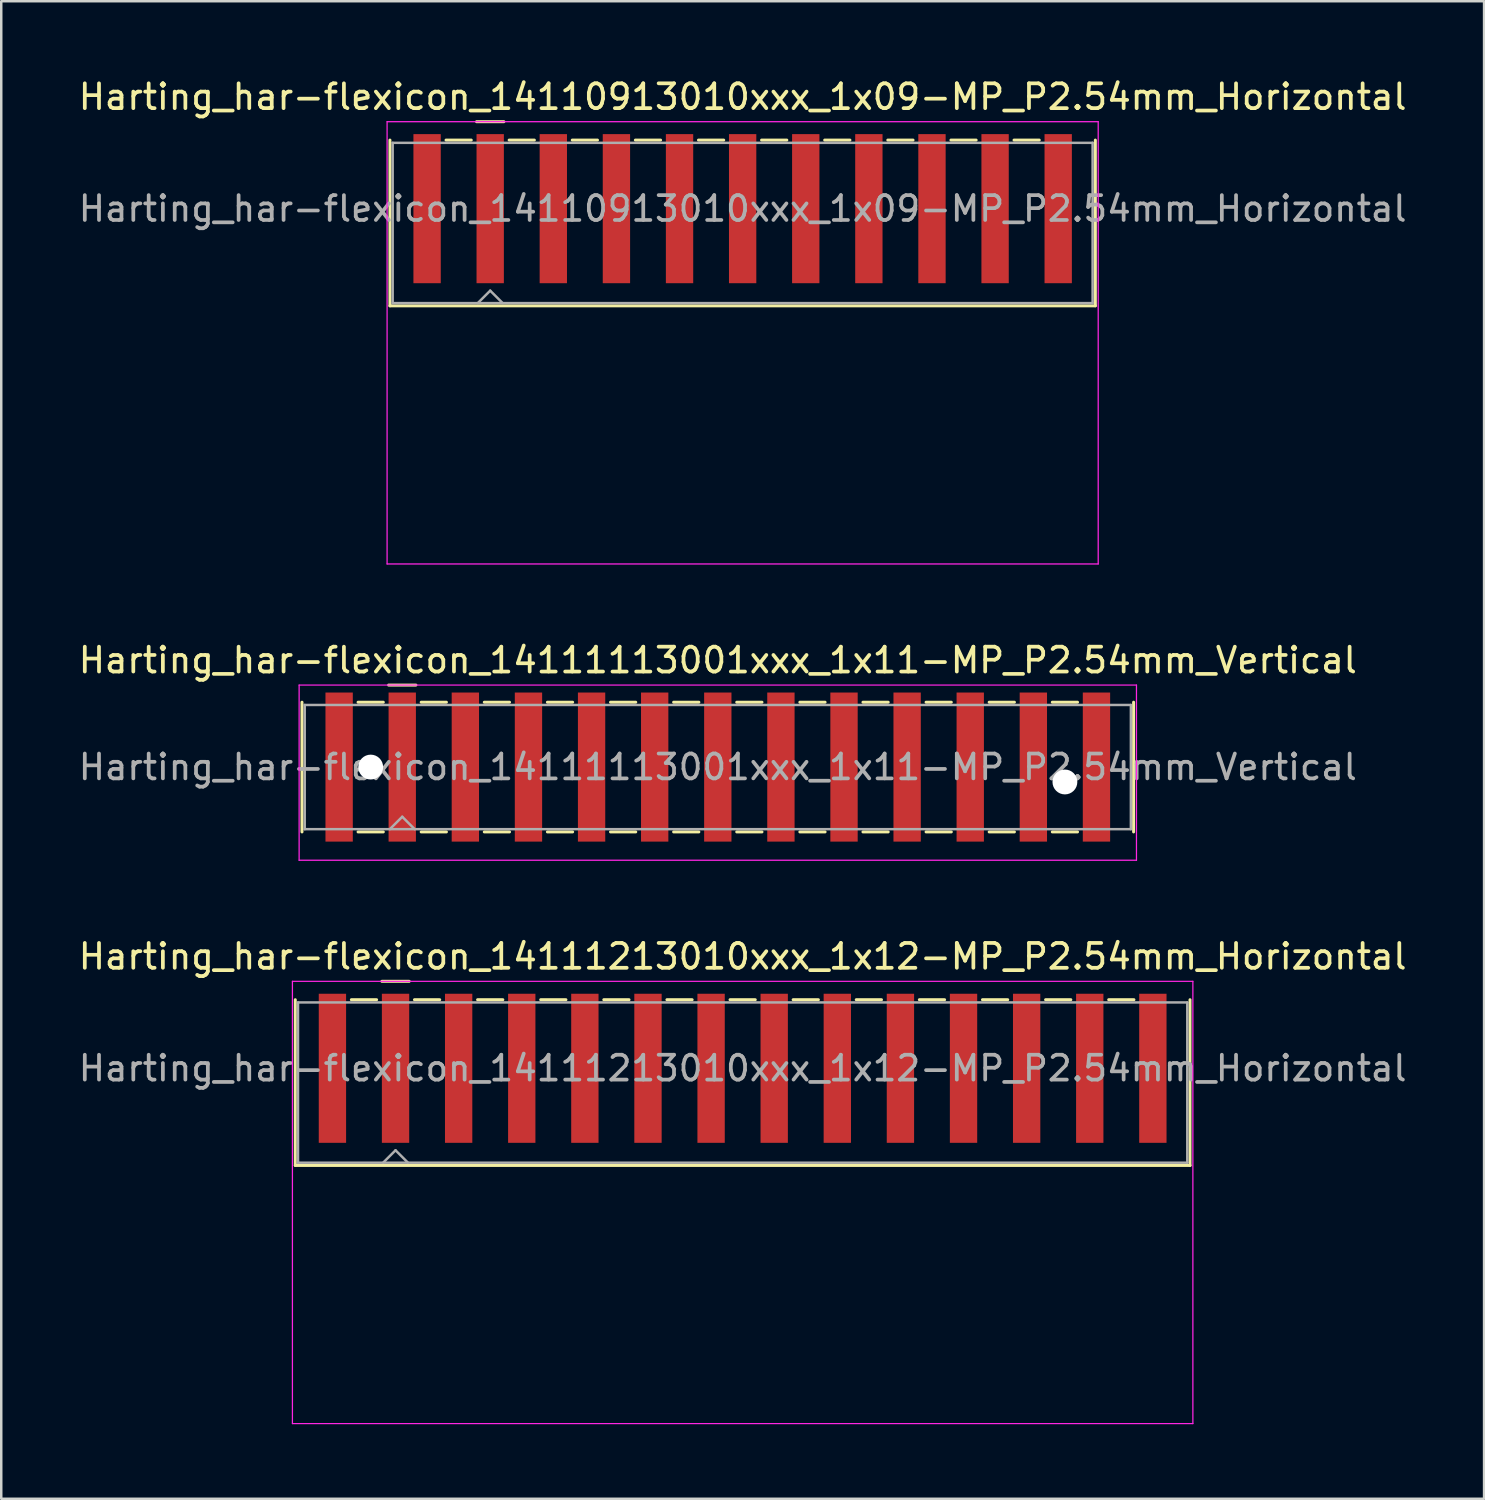
<source format=kicad_pcb>
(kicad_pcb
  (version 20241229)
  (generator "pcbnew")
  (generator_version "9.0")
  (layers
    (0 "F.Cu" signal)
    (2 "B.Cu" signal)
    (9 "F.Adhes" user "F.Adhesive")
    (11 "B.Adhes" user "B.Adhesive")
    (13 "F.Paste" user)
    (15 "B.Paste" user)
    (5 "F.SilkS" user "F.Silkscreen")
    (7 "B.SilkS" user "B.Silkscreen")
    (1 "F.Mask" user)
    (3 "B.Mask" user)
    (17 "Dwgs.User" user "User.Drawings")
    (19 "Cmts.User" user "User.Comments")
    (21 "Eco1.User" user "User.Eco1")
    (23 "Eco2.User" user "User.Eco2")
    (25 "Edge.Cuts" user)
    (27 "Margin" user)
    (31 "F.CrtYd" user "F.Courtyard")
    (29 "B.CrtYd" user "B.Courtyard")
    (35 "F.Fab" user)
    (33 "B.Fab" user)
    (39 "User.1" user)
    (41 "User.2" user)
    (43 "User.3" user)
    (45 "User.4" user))
  (footprint "Harting_har-flexicon_14111213010xxx_1x12-MP_P2.54mm_Horizontal"
    (layer "F.Cu")
    (at 26.839 41.245)
    (property "Reference" "Harting_har-flexicon_14111213010xxx_1x12-MP_P2.54mm_Horizontal" (at 0 -5.8 0) (layer "F.SilkS") (effects (font (size 1 1) (thickness 0.15))))
    (attr smd)
    (fp_line (start -18.005 -4.06) (end -18.005 2.61) (stroke (width 0.12) (type solid)) (layer "F.SilkS"))
    (fp_line (start -15.748 -4.06) (end -14.732 -4.06) (stroke (width 0.12) (type solid)) (layer "F.SilkS"))
    (fp_line (start -14.52 -4.8) (end -13.42 -4.8) (stroke (width 0.12) (type solid)) (layer "F.SilkS"))
    (fp_line (start -13.208 -4.06) (end -12.192 -4.06) (stroke (width 0.12) (type solid)) (layer "F.SilkS"))
    (fp_line (start -10.668 -4.06) (end -9.652 -4.06) (stroke (width 0.12) (type solid)) (layer "F.SilkS"))
    (fp_line (start -8.128 -4.06) (end -7.112 -4.06) (stroke (width 0.12) (type solid)) (layer "F.SilkS"))
    (fp_line (start -5.588 -4.06) (end -4.572 -4.06) (stroke (width 0.12) (type solid)) (layer "F.SilkS"))
    (fp_line (start -3.048 -4.06) (end -2.032 -4.06) (stroke (width 0.12) (type solid)) (layer "F.SilkS"))
    (fp_line (start -0.508 -4.06) (end 0.508 -4.06) (stroke (width 0.12) (type solid)) (layer "F.SilkS"))
    (fp_line (start 2.032 -4.06) (end 3.048 -4.06) (stroke (width 0.12) (type solid)) (layer "F.SilkS"))
    (fp_line (start 4.572 -4.06) (end 5.588 -4.06) (stroke (width 0.12) (type solid)) (layer "F.SilkS"))
    (fp_line (start 7.112 -4.06) (end 8.128 -4.06) (stroke (width 0.12) (type solid)) (layer "F.SilkS"))
    (fp_line (start 9.652 -4.06) (end 10.668 -4.06) (stroke (width 0.12) (type solid)) (layer "F.SilkS"))
    (fp_line (start 12.192 -4.06) (end 13.208 -4.06) (stroke (width 0.12) (type solid)) (layer "F.SilkS"))
    (fp_line (start 14.732 -4.06) (end 15.748 -4.06) (stroke (width 0.12) (type solid)) (layer "F.SilkS"))
    (fp_line (start 18.005 -4.06) (end 18.005 2.61) (stroke (width 0.12) (type solid)) (layer "F.SilkS"))
    (fp_line (start 18.005 2.61) (end -18.005 2.61) (stroke (width 0.12) (type solid)) (layer "F.SilkS"))
    (fp_line (start -18.12 -4.8) (end -18.12 13) (stroke (width 0.05) (type solid)) (layer "F.CrtYd"))
    (fp_line (start -18.12 13) (end 18.12 13) (stroke (width 0.05) (type solid)) (layer "F.CrtYd"))
    (fp_line (start 18.12 -4.8) (end -18.12 -4.8) (stroke (width 0.05) (type solid)) (layer "F.CrtYd"))
    (fp_line (start 18.12 13) (end 18.12 -4.8) (stroke (width 0.05) (type solid)) (layer "F.CrtYd"))
    (fp_line (start -17.895 -3.95) (end -17.895 2.5) (stroke (width 0.1) (type solid)) (layer "F.Fab"))
    (fp_line (start -17.895 2.5) (end 17.895 2.5) (stroke (width 0.1) (type solid)) (layer "F.Fab"))
    (fp_line (start -14.47 2.5) (end -13.97 2) (stroke (width 0.1) (type solid)) (layer "F.Fab"))
    (fp_line (start -13.97 2) (end -13.47 2.5) (stroke (width 0.1) (type solid)) (layer "F.Fab"))
    (fp_line (start 17.895 -3.95) (end -17.895 -3.95) (stroke (width 0.1) (type solid)) (layer "F.Fab"))
    (fp_line (start 17.895 2.5) (end 17.895 -3.95) (stroke (width 0.1) (type solid)) (layer "F.Fab"))
    (fp_text user "${REFERENCE}" (at 0 -1.3 0) (layer "F.Fab") (effects (font (size 1 1) (thickness 0.15))))
    (pad "1" smd rect (at -13.97 -1.3) (size 1.1 6) (layers "F.Cu" "F.Mask" "F.Paste"))
    (pad "2" smd rect (at -11.43 -1.3) (size 1.1 6) (layers "F.Cu" "F.Mask" "F.Paste"))
    (pad "3" smd rect (at -8.89 -1.3) (size 1.1 6) (layers "F.Cu" "F.Mask" "F.Paste"))
    (pad "4" smd rect (at -6.35 -1.3) (size 1.1 6) (layers "F.Cu" "F.Mask" "F.Paste"))
    (pad "5" smd rect (at -3.81 -1.3) (size 1.1 6) (layers "F.Cu" "F.Mask" "F.Paste"))
    (pad "6" smd rect (at -1.27 -1.3) (size 1.1 6) (layers "F.Cu" "F.Mask" "F.Paste"))
    (pad "7" smd rect (at 1.27 -1.3) (size 1.1 6) (layers "F.Cu" "F.Mask" "F.Paste"))
    (pad "8" smd rect (at 3.81 -1.3) (size 1.1 6) (layers "F.Cu" "F.Mask" "F.Paste"))
    (pad "9" smd rect (at 6.35 -1.3) (size 1.1 6) (layers "F.Cu" "F.Mask" "F.Paste"))
    (pad "10" smd rect (at 8.89 -1.3) (size 1.1 6) (layers "F.Cu" "F.Mask" "F.Paste"))
    (pad "11" smd rect (at 11.43 -1.3) (size 1.1 6) (layers "F.Cu" "F.Mask" "F.Paste"))
    (pad "12" smd rect (at 13.97 -1.3) (size 1.1 6) (layers "F.Cu" "F.Mask" "F.Paste"))
    (pad "MP" smd rect (at -16.51 -1.3) (size 1.1 6) (layers "F.Cu" "F.Mask" "F.Paste"))
    (pad "MP" smd rect (at 16.51 -1.3) (size 1.1 6) (layers "F.Cu" "F.Mask" "F.Paste")))
  (footprint "Harting_har-flexicon_14111113001xxx_1x11-MP_P2.54mm_Vertical"
    (layer "F.Cu")
    (at 25.839 27.822)
    (property "Reference" "Harting_har-flexicon_14111113001xxx_1x11-MP_P2.54mm_Vertical" (at 0 -4.3 0) (layer "F.SilkS") (effects (font (size 1 1) (thickness 0.15))))
    (attr smd)
    (fp_line (start -16.735 -2.61) (end -16.735 2.61) (stroke (width 0.12) (type solid)) (layer "F.SilkS"))
    (fp_line (start -14.478 -2.61) (end -13.462 -2.61) (stroke (width 0.12) (type solid)) (layer "F.SilkS"))
    (fp_line (start -14.478 2.61) (end -13.462 2.61) (stroke (width 0.12) (type solid)) (layer "F.SilkS"))
    (fp_line (start -13.25 -3.3) (end -12.15 -3.3) (stroke (width 0.12) (type solid)) (layer "F.SilkS"))
    (fp_line (start -11.938 -2.61) (end -10.922 -2.61) (stroke (width 0.12) (type solid)) (layer "F.SilkS"))
    (fp_line (start -11.938 2.61) (end -10.922 2.61) (stroke (width 0.12) (type solid)) (layer "F.SilkS"))
    (fp_line (start -9.398 -2.61) (end -8.382 -2.61) (stroke (width 0.12) (type solid)) (layer "F.SilkS"))
    (fp_line (start -9.398 2.61) (end -8.382 2.61) (stroke (width 0.12) (type solid)) (layer "F.SilkS"))
    (fp_line (start -6.858 -2.61) (end -5.842 -2.61) (stroke (width 0.12) (type solid)) (layer "F.SilkS"))
    (fp_line (start -6.858 2.61) (end -5.842 2.61) (stroke (width 0.12) (type solid)) (layer "F.SilkS"))
    (fp_line (start -4.318 -2.61) (end -3.302 -2.61) (stroke (width 0.12) (type solid)) (layer "F.SilkS"))
    (fp_line (start -4.318 2.61) (end -3.302 2.61) (stroke (width 0.12) (type solid)) (layer "F.SilkS"))
    (fp_line (start -1.778 -2.61) (end -0.762 -2.61) (stroke (width 0.12) (type solid)) (layer "F.SilkS"))
    (fp_line (start -1.778 2.61) (end -0.762 2.61) (stroke (width 0.12) (type solid)) (layer "F.SilkS"))
    (fp_line (start 0.762 -2.61) (end 1.778 -2.61) (stroke (width 0.12) (type solid)) (layer "F.SilkS"))
    (fp_line (start 0.762 2.61) (end 1.778 2.61) (stroke (width 0.12) (type solid)) (layer "F.SilkS"))
    (fp_line (start 3.302 -2.61) (end 4.318 -2.61) (stroke (width 0.12) (type solid)) (layer "F.SilkS"))
    (fp_line (start 3.302 2.61) (end 4.318 2.61) (stroke (width 0.12) (type solid)) (layer "F.SilkS"))
    (fp_line (start 5.842 -2.61) (end 6.858 -2.61) (stroke (width 0.12) (type solid)) (layer "F.SilkS"))
    (fp_line (start 5.842 2.61) (end 6.858 2.61) (stroke (width 0.12) (type solid)) (layer "F.SilkS"))
    (fp_line (start 8.382 -2.61) (end 9.398 -2.61) (stroke (width 0.12) (type solid)) (layer "F.SilkS"))
    (fp_line (start 8.382 2.61) (end 9.398 2.61) (stroke (width 0.12) (type solid)) (layer "F.SilkS"))
    (fp_line (start 10.922 -2.61) (end 11.938 -2.61) (stroke (width 0.12) (type solid)) (layer "F.SilkS"))
    (fp_line (start 10.922 2.61) (end 11.938 2.61) (stroke (width 0.12) (type solid)) (layer "F.SilkS"))
    (fp_line (start 13.462 -2.61) (end 14.478 -2.61) (stroke (width 0.12) (type solid)) (layer "F.SilkS"))
    (fp_line (start 13.462 2.61) (end 14.478 2.61) (stroke (width 0.12) (type solid)) (layer "F.SilkS"))
    (fp_line (start 16.735 -2.61) (end 16.735 2.61) (stroke (width 0.12) (type solid)) (layer "F.SilkS"))
    (fp_line (start -16.85 -3.3) (end -16.85 3.75) (stroke (width 0.05) (type solid)) (layer "F.CrtYd"))
    (fp_line (start -16.85 3.75) (end 16.85 3.75) (stroke (width 0.05) (type solid)) (layer "F.CrtYd"))
    (fp_line (start 16.85 -3.3) (end -16.85 -3.3) (stroke (width 0.05) (type solid)) (layer "F.CrtYd"))
    (fp_line (start 16.85 3.75) (end 16.85 -3.3) (stroke (width 0.05) (type solid)) (layer "F.CrtYd"))
    (fp_line (start -16.625 -2.5) (end -16.625 2.5) (stroke (width 0.1) (type solid)) (layer "F.Fab"))
    (fp_line (start -16.625 2.5) (end 16.625 2.5) (stroke (width 0.1) (type solid)) (layer "F.Fab"))
    (fp_line (start -13.2 2.5) (end -12.7 2) (stroke (width 0.1) (type solid)) (layer "F.Fab"))
    (fp_line (start -12.7 2) (end -12.2 2.5) (stroke (width 0.1) (type solid)) (layer "F.Fab"))
    (fp_line (start 16.625 -2.5) (end -16.625 -2.5) (stroke (width 0.1) (type solid)) (layer "F.Fab"))
    (fp_line (start 16.625 2.5) (end 16.625 -2.5) (stroke (width 0.1) (type solid)) (layer "F.Fab"))
    (fp_text user "${REFERENCE}" (at 0 0 0) (layer "F.Fab") (effects (font (size 1 1) (thickness 0.15))))
    (pad "" np_thru_hole circle (at -13.97 0) (size 1 1) (drill 1) (layers "*.Cu" "*.Mask"))
    (pad "" np_thru_hole circle (at 13.97 0.6) (size 1 1) (drill 1) (layers "*.Cu" "*.Mask"))
    (pad "1" smd rect (at -12.7 0) (size 1.1 6) (layers "F.Cu" "F.Mask" "F.Paste"))
    (pad "2" smd rect (at -10.16 0) (size 1.1 6) (layers "F.Cu" "F.Mask" "F.Paste"))
    (pad "3" smd rect (at -7.62 0) (size 1.1 6) (layers "F.Cu" "F.Mask" "F.Paste"))
    (pad "4" smd rect (at -5.08 0) (size 1.1 6) (layers "F.Cu" "F.Mask" "F.Paste"))
    (pad "5" smd rect (at -2.54 0) (size 1.1 6) (layers "F.Cu" "F.Mask" "F.Paste"))
    (pad "6" smd rect (at 0 0) (size 1.1 6) (layers "F.Cu" "F.Mask" "F.Paste"))
    (pad "7" smd rect (at 2.54 0) (size 1.1 6) (layers "F.Cu" "F.Mask" "F.Paste"))
    (pad "8" smd rect (at 5.08 0) (size 1.1 6) (layers "F.Cu" "F.Mask" "F.Paste"))
    (pad "9" smd rect (at 7.62 0) (size 1.1 6) (layers "F.Cu" "F.Mask" "F.Paste"))
    (pad "10" smd rect (at 10.16 0) (size 1.1 6) (layers "F.Cu" "F.Mask" "F.Paste"))
    (pad "11" smd rect (at 12.7 0) (size 1.1 6) (layers "F.Cu" "F.Mask" "F.Paste"))
    (pad "MP" smd rect (at -15.24 0) (size 1.1 6) (layers "F.Cu" "F.Mask" "F.Paste"))
    (pad "MP" smd rect (at 15.24 0) (size 1.1 6) (layers "F.Cu" "F.Mask" "F.Paste")))
  (footprint "Harting_har-flexicon_14110913010xxx_1x09-MP_P2.54mm_Horizontal"
    (layer "F.Cu")
    (at 26.839 6.648)
    (property "Reference" "Harting_har-flexicon_14110913010xxx_1x09-MP_P2.54mm_Horizontal" (at 0 -5.8 0) (layer "F.SilkS") (effects (font (size 1 1) (thickness 0.15))))
    (attr smd)
    (fp_line (start -14.195 -4.06) (end -14.195 2.61) (stroke (width 0.12) (type solid)) (layer "F.SilkS"))
    (fp_line (start -11.938 -4.06) (end -10.922 -4.06) (stroke (width 0.12) (type solid)) (layer "F.SilkS"))
    (fp_line (start -10.71 -4.8) (end -9.61 -4.8) (stroke (width 0.12) (type solid)) (layer "F.SilkS"))
    (fp_line (start -9.398 -4.06) (end -8.382 -4.06) (stroke (width 0.12) (type solid)) (layer "F.SilkS"))
    (fp_line (start -6.858 -4.06) (end -5.842 -4.06) (stroke (width 0.12) (type solid)) (layer "F.SilkS"))
    (fp_line (start -4.318 -4.06) (end -3.302 -4.06) (stroke (width 0.12) (type solid)) (layer "F.SilkS"))
    (fp_line (start -1.778 -4.06) (end -0.762 -4.06) (stroke (width 0.12) (type solid)) (layer "F.SilkS"))
    (fp_line (start 0.762 -4.06) (end 1.778 -4.06) (stroke (width 0.12) (type solid)) (layer "F.SilkS"))
    (fp_line (start 3.302 -4.06) (end 4.318 -4.06) (stroke (width 0.12) (type solid)) (layer "F.SilkS"))
    (fp_line (start 5.842 -4.06) (end 6.858 -4.06) (stroke (width 0.12) (type solid)) (layer "F.SilkS"))
    (fp_line (start 8.382 -4.06) (end 9.398 -4.06) (stroke (width 0.12) (type solid)) (layer "F.SilkS"))
    (fp_line (start 10.922 -4.06) (end 11.938 -4.06) (stroke (width 0.12) (type solid)) (layer "F.SilkS"))
    (fp_line (start 14.195 -4.06) (end 14.195 2.61) (stroke (width 0.12) (type solid)) (layer "F.SilkS"))
    (fp_line (start 14.195 2.61) (end -14.195 2.61) (stroke (width 0.12) (type solid)) (layer "F.SilkS"))
    (fp_line (start -14.31 -4.8) (end -14.31 13) (stroke (width 0.05) (type solid)) (layer "F.CrtYd"))
    (fp_line (start -14.31 13) (end 14.31 13) (stroke (width 0.05) (type solid)) (layer "F.CrtYd"))
    (fp_line (start 14.31 -4.8) (end -14.31 -4.8) (stroke (width 0.05) (type solid)) (layer "F.CrtYd"))
    (fp_line (start 14.31 13) (end 14.31 -4.8) (stroke (width 0.05) (type solid)) (layer "F.CrtYd"))
    (fp_line (start -14.085 -3.95) (end -14.085 2.5) (stroke (width 0.1) (type solid)) (layer "F.Fab"))
    (fp_line (start -14.085 2.5) (end 14.085 2.5) (stroke (width 0.1) (type solid)) (layer "F.Fab"))
    (fp_line (start -10.66 2.5) (end -10.16 2) (stroke (width 0.1) (type solid)) (layer "F.Fab"))
    (fp_line (start -10.16 2) (end -9.66 2.5) (stroke (width 0.1) (type solid)) (layer "F.Fab"))
    (fp_line (start 14.085 -3.95) (end -14.085 -3.95) (stroke (width 0.1) (type solid)) (layer "F.Fab"))
    (fp_line (start 14.085 2.5) (end 14.085 -3.95) (stroke (width 0.1) (type solid)) (layer "F.Fab"))
    (fp_text user "${REFERENCE}" (at 0 -1.3 0) (layer "F.Fab") (effects (font (size 1 1) (thickness 0.15))))
    (pad "1" smd rect (at -10.16 -1.3) (size 1.1 6) (layers "F.Cu" "F.Mask" "F.Paste"))
    (pad "2" smd rect (at -7.62 -1.3) (size 1.1 6) (layers "F.Cu" "F.Mask" "F.Paste"))
    (pad "3" smd rect (at -5.08 -1.3) (size 1.1 6) (layers "F.Cu" "F.Mask" "F.Paste"))
    (pad "4" smd rect (at -2.54 -1.3) (size 1.1 6) (layers "F.Cu" "F.Mask" "F.Paste"))
    (pad "5" smd rect (at 0 -1.3) (size 1.1 6) (layers "F.Cu" "F.Mask" "F.Paste"))
    (pad "6" smd rect (at 2.54 -1.3) (size 1.1 6) (layers "F.Cu" "F.Mask" "F.Paste"))
    (pad "7" smd rect (at 5.08 -1.3) (size 1.1 6) (layers "F.Cu" "F.Mask" "F.Paste"))
    (pad "8" smd rect (at 7.62 -1.3) (size 1.1 6) (layers "F.Cu" "F.Mask" "F.Paste"))
    (pad "9" smd rect (at 10.16 -1.3) (size 1.1 6) (layers "F.Cu" "F.Mask" "F.Paste"))
    (pad "MP" smd rect (at -12.7 -1.3) (size 1.1 6) (layers "F.Cu" "F.Mask" "F.Paste"))
    (pad "MP" smd rect (at 12.7 -1.3) (size 1.1 6) (layers "F.Cu" "F.Mask" "F.Paste")))
  (gr_rect
    (start -3 -3)
    (end 56.679 57.27)
    (stroke (width 0.1) (type default))
    (fill no)
    (layer "Edge.Cuts")))
</source>
